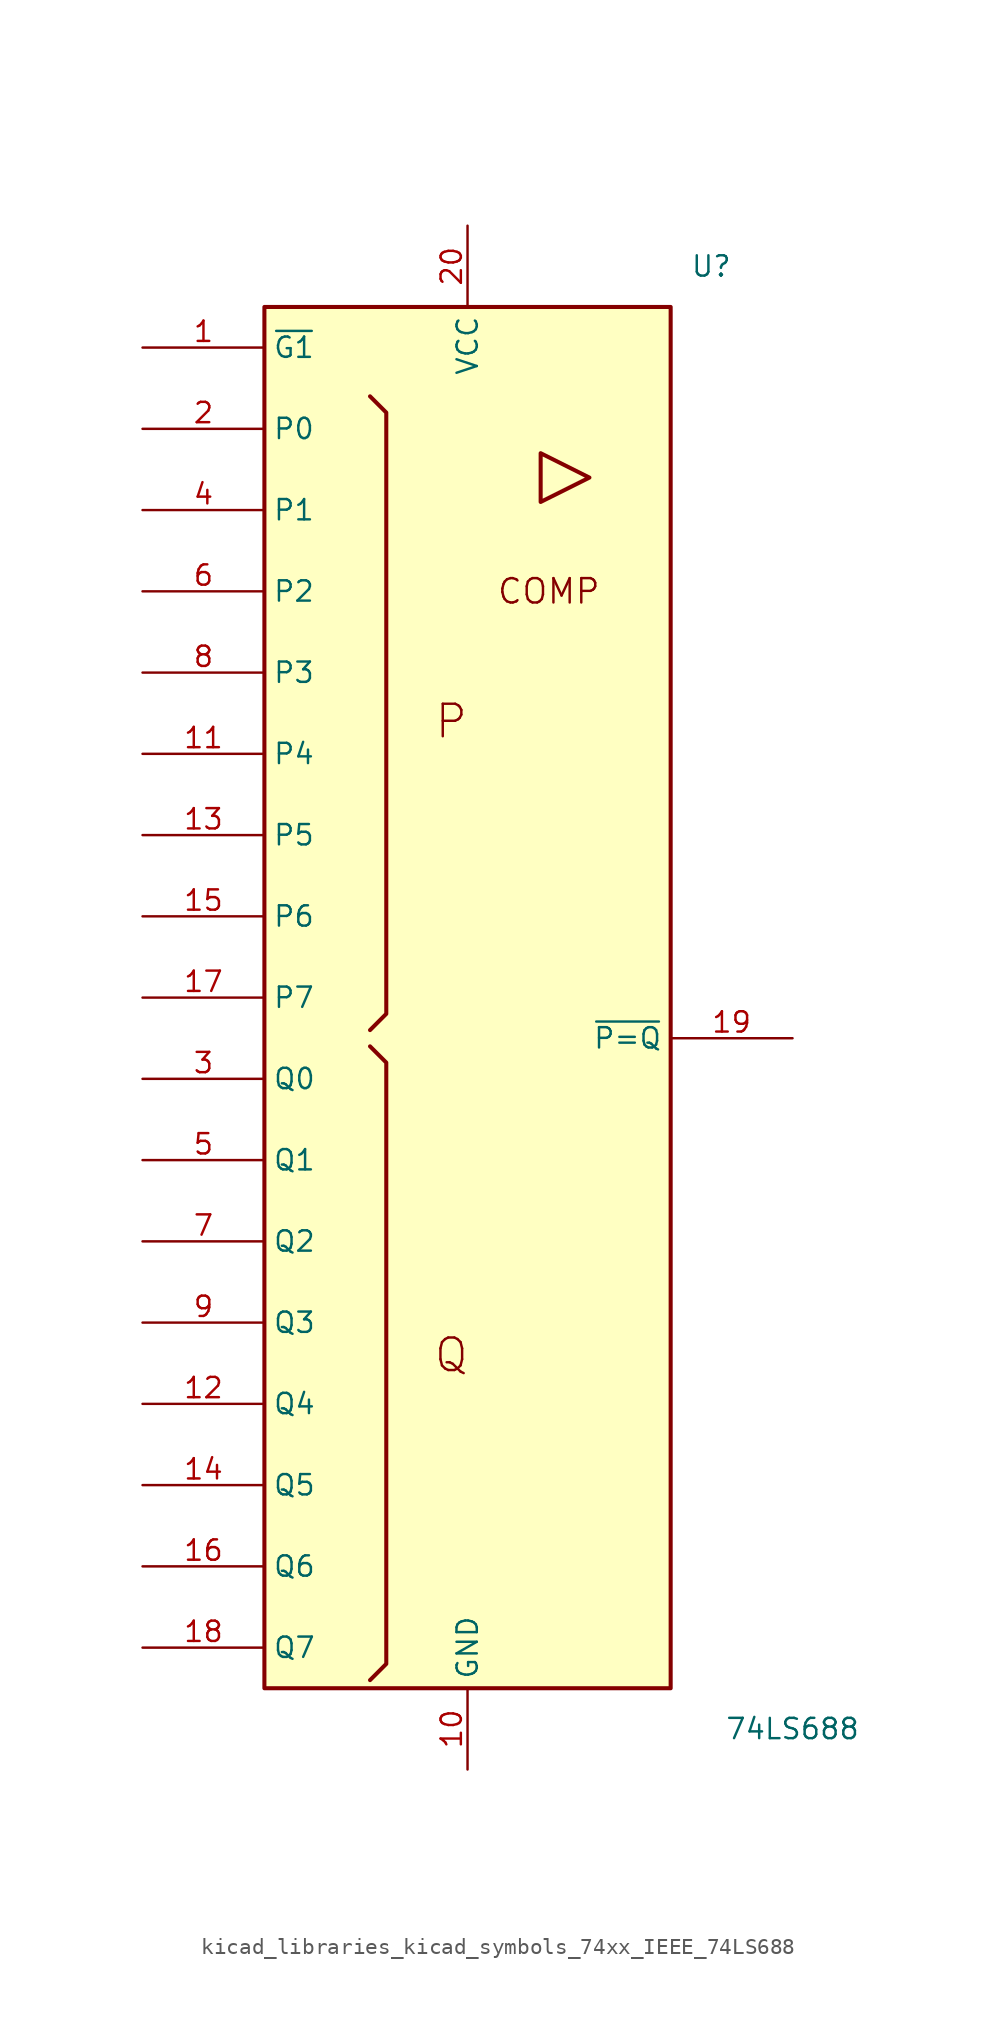
<source format=kicad_sym>
(kicad_symbol_lib
  (version 20220914)
  (generator kicad_symbol_editor)
  (symbol "kicad_libraries_kicad_symbols_74xx_IEEE_74LS688"
    (property "Reference" "U"
      (at 15.24 45.72 0)
      (effects (font (size 1.27 1.27))))
    (property "Value" "74LS688"
      (at 20.32 -45.72 0)
      (effects (font (size 1.27 1.27))))
    (symbol "kicad_libraries_kicad_symbols_74xx_IEEE_74LS688_0_0"
      (polyline (pts (xy 4.572 34.036) (xy 4.572 30.988) (xy 7.62 32.512) (xy 4.572 34.036) (xy 4.572 34.036)) (stroke (width 0.254) (type default)) (fill (type background)))
      (text "COMP" (at 5.08 25.4 0) (effects (font (size 1.524 1.524))))
      (text "P" (at -1.016 17.272 0) (effects (font (size 2.032 2.032))))
      (text "Q" (at -1.016 -22.352 0) (effects (font (size 2.032 2.032)))))
    (symbol "kicad_libraries_kicad_symbols_74xx_IEEE_74LS688_0_1"
      (rectangle (start -12.7 43.18) (end 12.7 -43.18) (stroke (width 0.254) (type default)) (fill (type background)))
      (polyline (pts (xy -6.096 -3.048) (xy -5.08 -4.064) (xy -5.08 -41.656) (xy -6.096 -42.672) (xy -6.096 -42.672)) (stroke (width 0.254) (type default)) (fill (type background)))
      (polyline (pts (xy -6.096 37.592) (xy -5.08 36.576) (xy -5.08 -1.016) (xy -6.096 -2.032) (xy -6.096 -2.032)) (stroke (width 0.254) (type default)) (fill (type background))))
    (symbol "kicad_libraries_kicad_symbols_74xx_IEEE_74LS688_1_1"
      (pin output line (at -20.32 40.64 0) (length 7.62) (name "~{G1}" (effects (font (size 1.27 1.27)))) (number "1" (effects (font (size 1.27 1.27)))))
      (pin power_in line (at 0 -48.26 90) (length 5.08) (name "GND" (effects (font (size 1.27 1.27)))) (number "10" (effects (font (size 1.27 1.27)))))
      (pin input line (at -20.32 15.24 0) (length 7.62) (name "P4" (effects (font (size 1.27 1.27)))) (number "11" (effects (font (size 1.27 1.27)))))
      (pin input line (at -20.32 -25.4 0) (length 7.62) (name "Q4" (effects (font (size 1.27 1.27)))) (number "12" (effects (font (size 1.27 1.27)))))
      (pin input line (at -20.32 10.16 0) (length 7.62) (name "P5" (effects (font (size 1.27 1.27)))) (number "13" (effects (font (size 1.27 1.27)))))
      (pin input line (at -20.32 -30.48 0) (length 7.62) (name "Q5" (effects (font (size 1.27 1.27)))) (number "14" (effects (font (size 1.27 1.27)))))
      (pin input line (at -20.32 5.08 0) (length 7.62) (name "P6" (effects (font (size 1.27 1.27)))) (number "15" (effects (font (size 1.27 1.27)))))
      (pin input line (at -20.32 -35.56 0) (length 7.62) (name "Q6" (effects (font (size 1.27 1.27)))) (number "16" (effects (font (size 1.27 1.27)))))
      (pin input line (at -20.32 0 0) (length 7.62) (name "P7" (effects (font (size 1.27 1.27)))) (number "17" (effects (font (size 1.27 1.27)))))
      (pin input line (at -20.32 -40.64 0) (length 7.62) (name "Q7" (effects (font (size 1.27 1.27)))) (number "18" (effects (font (size 1.27 1.27)))))
      (pin output line (at 20.32 -2.54 180) (length 7.62) (name "~{P=Q}" (effects (font (size 1.27 1.27)))) (number "19" (effects (font (size 1.27 1.27)))))
      (pin input line (at -20.32 35.56 0) (length 7.62) (name "P0" (effects (font (size 1.27 1.27)))) (number "2" (effects (font (size 1.27 1.27)))))
      (pin power_in line (at 0 48.26 270) (length 5.08) (name "VCC" (effects (font (size 1.27 1.27)))) (number "20" (effects (font (size 1.27 1.27)))))
      (pin input line (at -20.32 -5.08 0) (length 7.62) (name "Q0" (effects (font (size 1.27 1.27)))) (number "3" (effects (font (size 1.27 1.27)))))
      (pin input line (at -20.32 30.48 0) (length 7.62) (name "P1" (effects (font (size 1.27 1.27)))) (number "4" (effects (font (size 1.27 1.27)))))
      (pin input line (at -20.32 -10.16 0) (length 7.62) (name "Q1" (effects (font (size 1.27 1.27)))) (number "5" (effects (font (size 1.27 1.27)))))
      (pin input line (at -20.32 25.4 0) (length 7.62) (name "P2" (effects (font (size 1.27 1.27)))) (number "6" (effects (font (size 1.27 1.27)))))
      (pin input line (at -20.32 -15.24 0) (length 7.62) (name "Q2" (effects (font (size 1.27 1.27)))) (number "7" (effects (font (size 1.27 1.27)))))
      (pin input line (at -20.32 20.32 0) (length 7.62) (name "P3" (effects (font (size 1.27 1.27)))) (number "8" (effects (font (size 1.27 1.27)))))
      (pin input line (at -20.32 -20.32 0) (length 7.62) (name "Q3" (effects (font (size 1.27 1.27)))) (number "9" (effects (font (size 1.27 1.27))))))))
</source>
